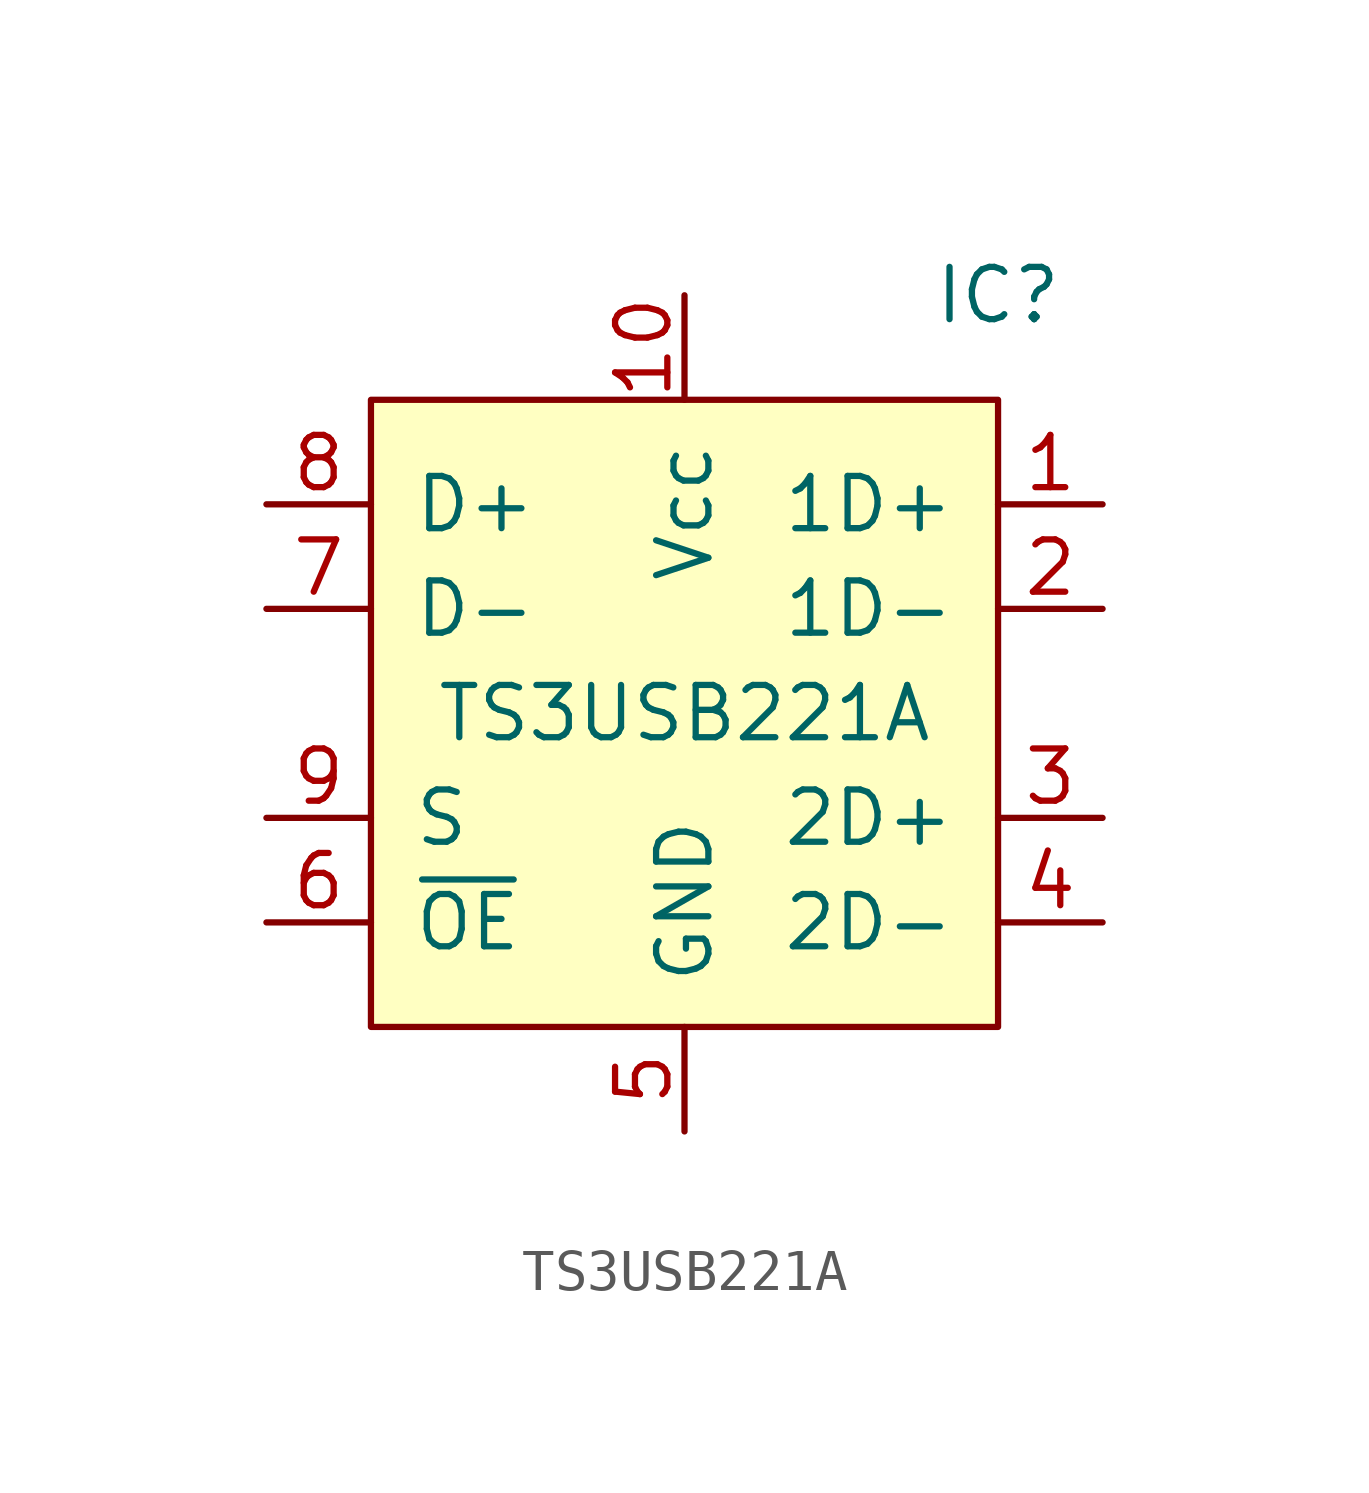
<source format=kicad_sym>
(kicad_symbol_lib
  (version 20211014)
  (generator kicad_symbol_editor)
  (symbol "TS3USB221A"
    (pin_names
      (offset 1.016))
    (property "Reference" "IC"
      (at 7.62 10.16 0)
      (effects (font (size 1.27 1.27))))
    (property "Value" "TS3USB221A"
      (at 0 0 0)
      (effects (font (size 1.27 1.27))))
    (symbol "TS3USB221A_0_1"
      (rectangle (start -7.62 7.62) (end 7.62 -7.62) (stroke (width 0) (type default) (color 0 0 0 0)) (fill (type background))))
    (symbol "TS3USB221A_1_1"
      (pin bidirectional line (at 10.16 5.08 180) (length 2.54) (name "1D+" (effects (font (size 1.27 1.27)))) (number "1" (effects (font (size 1.27 1.27)))))
      (pin power_in line (at 0 10.16 270) (length 2.54) (name "Vcc" (effects (font (size 1.27 1.27)))) (number "10" (effects (font (size 1.27 1.27)))))
      (pin bidirectional line (at 10.16 2.54 180) (length 2.54) (name "1D-" (effects (font (size 1.27 1.27)))) (number "2" (effects (font (size 1.27 1.27)))))
      (pin bidirectional line (at 10.16 -2.54 180) (length 2.54) (name "2D+" (effects (font (size 1.27 1.27)))) (number "3" (effects (font (size 1.27 1.27)))))
      (pin bidirectional line (at 10.16 -5.08 180) (length 2.54) (name "2D-" (effects (font (size 1.27 1.27)))) (number "4" (effects (font (size 1.27 1.27)))))
      (pin power_in line (at 0 -10.16 90) (length 2.54) (name "GND" (effects (font (size 1.27 1.27)))) (number "5" (effects (font (size 1.27 1.27)))))
      (pin input line (at -10.16 -5.08 0) (length 2.54) (name "~{OE}" (effects (font (size 1.27 1.27)))) (number "6" (effects (font (size 1.27 1.27)))))
      (pin bidirectional line (at -10.16 2.54 0) (length 2.54) (name "D-" (effects (font (size 1.27 1.27)))) (number "7" (effects (font (size 1.27 1.27)))))
      (pin bidirectional line (at -10.16 5.08 0) (length 2.54) (name "D+" (effects (font (size 1.27 1.27)))) (number "8" (effects (font (size 1.27 1.27)))))
      (pin input line (at -10.16 -2.54 0) (length 2.54) (name "S" (effects (font (size 1.27 1.27)))) (number "9" (effects (font (size 1.27 1.27))))))))
</source>
